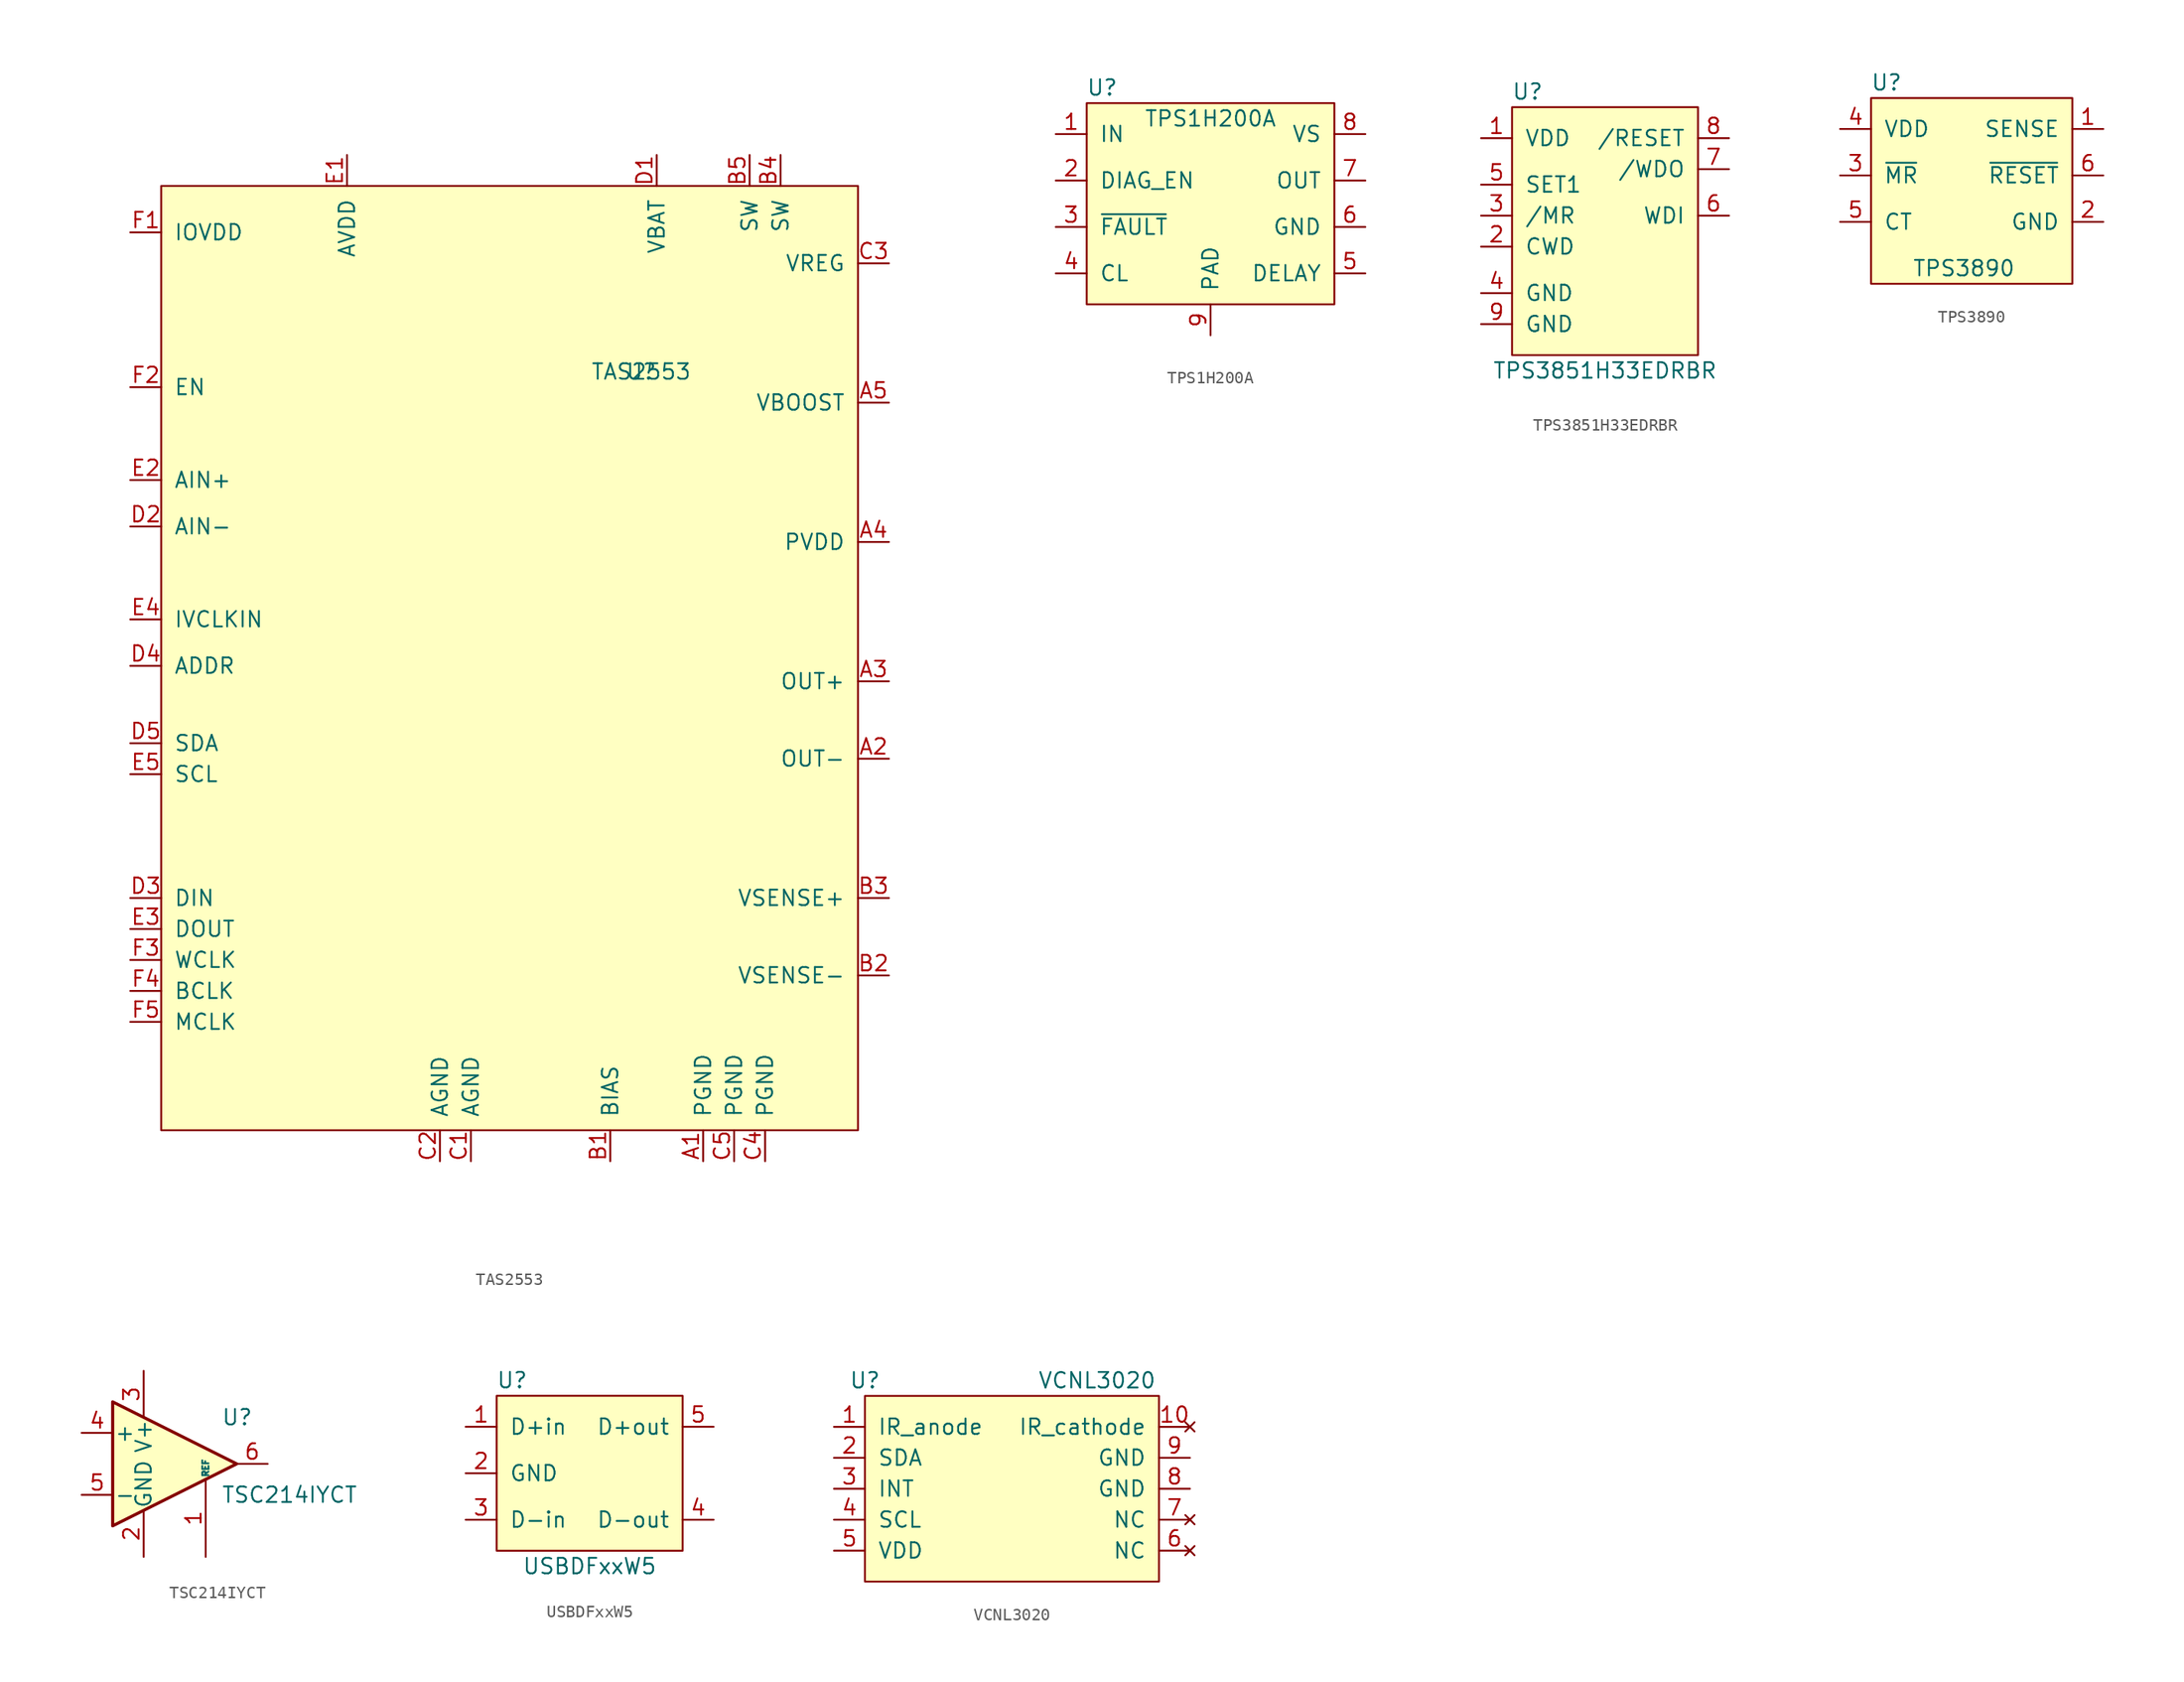
<source format=kicad_sym>
(kicad_symbol_lib
  (version 20211014)
  (generator kicad_symbol_editor)
  (symbol "TAS2553"
    (pin_names
      (offset 1.016))
    (property "Reference" "U"
      (at 2.54 25.4 0)
      (effects (font (size 1.27 1.27))))
    (property "Value" "TAS2553"
      (at 2.54 25.4 0)
      (effects (font (size 1.27 1.27))))
    (symbol "TAS2553_0_1"
      (rectangle (start -36.83 40.64) (end 20.32 -36.83) (stroke (width 0) (type default) (color 0 0 0 0)) (fill (type background))))
    (symbol "TAS2553_1_1"
      (pin bidirectional line (at 7.62 -39.37 90) (length 2.54) (name "PGND" (effects (font (size 1.27 1.27)))) (number "A1" (effects (font (size 1.27 1.27)))))
      (pin bidirectional line (at 22.86 -6.35 180) (length 2.54) (name "OUT-" (effects (font (size 1.27 1.27)))) (number "A2" (effects (font (size 1.27 1.27)))))
      (pin bidirectional line (at 22.86 0 180) (length 2.54) (name "OUT+" (effects (font (size 1.27 1.27)))) (number "A3" (effects (font (size 1.27 1.27)))))
      (pin bidirectional line (at 22.86 11.43 180) (length 2.54) (name "PVDD" (effects (font (size 1.27 1.27)))) (number "A4" (effects (font (size 1.27 1.27)))))
      (pin bidirectional line (at 22.86 22.86 180) (length 2.54) (name "VBOOST" (effects (font (size 1.27 1.27)))) (number "A5" (effects (font (size 1.27 1.27)))))
      (pin bidirectional line (at 0 -39.37 90) (length 2.54) (name "BIAS" (effects (font (size 1.27 1.27)))) (number "B1" (effects (font (size 1.27 1.27)))))
      (pin bidirectional line (at 22.86 -24.13 180) (length 2.54) (name "VSENSE-" (effects (font (size 1.27 1.27)))) (number "B2" (effects (font (size 1.27 1.27)))))
      (pin bidirectional line (at 22.86 -17.78 180) (length 2.54) (name "VSENSE+" (effects (font (size 1.27 1.27)))) (number "B3" (effects (font (size 1.27 1.27)))))
      (pin bidirectional line (at 13.97 43.18 270) (length 2.54) (name "SW" (effects (font (size 1.27 1.27)))) (number "B4" (effects (font (size 1.27 1.27)))))
      (pin bidirectional line (at 11.43 43.18 270) (length 2.54) (name "SW" (effects (font (size 1.27 1.27)))) (number "B5" (effects (font (size 1.27 1.27)))))
      (pin bidirectional line (at -11.43 -39.37 90) (length 2.54) (name "AGND" (effects (font (size 1.27 1.27)))) (number "C1" (effects (font (size 1.27 1.27)))))
      (pin bidirectional line (at -13.97 -39.37 90) (length 2.54) (name "AGND" (effects (font (size 1.27 1.27)))) (number "C2" (effects (font (size 1.27 1.27)))))
      (pin bidirectional line (at 22.86 34.29 180) (length 2.54) (name "VREG" (effects (font (size 1.27 1.27)))) (number "C3" (effects (font (size 1.27 1.27)))))
      (pin bidirectional line (at 12.7 -39.37 90) (length 2.54) (name "PGND" (effects (font (size 1.27 1.27)))) (number "C4" (effects (font (size 1.27 1.27)))))
      (pin bidirectional line (at 10.16 -39.37 90) (length 2.54) (name "PGND" (effects (font (size 1.27 1.27)))) (number "C5" (effects (font (size 1.27 1.27)))))
      (pin bidirectional line (at 3.81 43.18 270) (length 2.54) (name "VBAT" (effects (font (size 1.27 1.27)))) (number "D1" (effects (font (size 1.27 1.27)))))
      (pin bidirectional line (at -39.37 12.7 0) (length 2.54) (name "AIN-" (effects (font (size 1.27 1.27)))) (number "D2" (effects (font (size 1.27 1.27)))))
      (pin bidirectional line (at -39.37 -17.78 0) (length 2.54) (name "DIN" (effects (font (size 1.27 1.27)))) (number "D3" (effects (font (size 1.27 1.27)))))
      (pin bidirectional line (at -39.37 1.27 0) (length 2.54) (name "ADDR" (effects (font (size 1.27 1.27)))) (number "D4" (effects (font (size 1.27 1.27)))))
      (pin bidirectional line (at -39.37 -5.08 0) (length 2.54) (name "SDA" (effects (font (size 1.27 1.27)))) (number "D5" (effects (font (size 1.27 1.27)))))
      (pin bidirectional line (at -21.59 43.18 270) (length 2.54) (name "AVDD" (effects (font (size 1.27 1.27)))) (number "E1" (effects (font (size 1.27 1.27)))))
      (pin bidirectional line (at -39.37 16.51 0) (length 2.54) (name "AIN+" (effects (font (size 1.27 1.27)))) (number "E2" (effects (font (size 1.27 1.27)))))
      (pin bidirectional line (at -39.37 -20.32 0) (length 2.54) (name "DOUT" (effects (font (size 1.27 1.27)))) (number "E3" (effects (font (size 1.27 1.27)))))
      (pin bidirectional line (at -39.37 5.08 0) (length 2.54) (name "IVCLKIN" (effects (font (size 1.27 1.27)))) (number "E4" (effects (font (size 1.27 1.27)))))
      (pin bidirectional line (at -39.37 -7.62 0) (length 2.54) (name "SCL" (effects (font (size 1.27 1.27)))) (number "E5" (effects (font (size 1.27 1.27)))))
      (pin bidirectional line (at -39.37 36.83 0) (length 2.54) (name "IOVDD" (effects (font (size 1.27 1.27)))) (number "F1" (effects (font (size 1.27 1.27)))))
      (pin bidirectional line (at -39.37 24.13 0) (length 2.54) (name "EN" (effects (font (size 1.27 1.27)))) (number "F2" (effects (font (size 1.27 1.27)))))
      (pin bidirectional line (at -39.37 -22.86 0) (length 2.54) (name "WCLK" (effects (font (size 1.27 1.27)))) (number "F3" (effects (font (size 1.27 1.27)))))
      (pin bidirectional line (at -39.37 -25.4 0) (length 2.54) (name "BCLK" (effects (font (size 1.27 1.27)))) (number "F4" (effects (font (size 1.27 1.27)))))
      (pin bidirectional line (at -39.37 -27.94 0) (length 2.54) (name "MCLK" (effects (font (size 1.27 1.27)))) (number "F5" (effects (font (size 1.27 1.27)))))))
  (symbol "TPS1H200A"
    (pin_names
      (offset 1.016))
    (property "Reference" "U"
      (at -8.89 8.89 0)
      (effects (font (size 1.27 1.27))))
    (property "Value" "TPS1H200A"
      (at 0 6.35 0)
      (effects (font (size 1.27 1.27))))
    (symbol "TPS1H200A_0_1"
      (rectangle (start -10.16 7.62) (end 10.16 -8.89) (stroke (width 0) (type default) (color 0 0 0 0)) (fill (type background))))
    (symbol "TPS1H200A_1_1"
      (pin input line (at -12.7 5.08 0) (length 2.54) (name "IN" (effects (font (size 1.27 1.27)))) (number "1" (effects (font (size 1.27 1.27)))))
      (pin input line (at -12.7 1.27 0) (length 2.54) (name "DIAG_EN" (effects (font (size 1.27 1.27)))) (number "2" (effects (font (size 1.27 1.27)))))
      (pin output line (at -12.7 -2.54 0) (length 2.54) (name "~{FAULT}" (effects (font (size 1.27 1.27)))) (number "3" (effects (font (size 1.27 1.27)))))
      (pin input line (at -12.7 -6.35 0) (length 2.54) (name "CL" (effects (font (size 1.27 1.27)))) (number "4" (effects (font (size 1.27 1.27)))))
      (pin input line (at 12.7 -6.35 180) (length 2.54) (name "DELAY" (effects (font (size 1.27 1.27)))) (number "5" (effects (font (size 1.27 1.27)))))
      (pin power_in line (at 12.7 -2.54 180) (length 2.54) (name "GND" (effects (font (size 1.27 1.27)))) (number "6" (effects (font (size 1.27 1.27)))))
      (pin power_out line (at 12.7 1.27 180) (length 2.54) (name "OUT" (effects (font (size 1.27 1.27)))) (number "7" (effects (font (size 1.27 1.27)))))
      (pin power_in line (at 12.7 5.08 180) (length 2.54) (name "VS" (effects (font (size 1.27 1.27)))) (number "8" (effects (font (size 1.27 1.27)))))
      (pin input line (at 0 -11.43 90) (length 2.54) (name "PAD" (effects (font (size 1.27 1.27)))) (number "9" (effects (font (size 1.27 1.27)))))))
  (symbol "TPS3851H33EDRBR"
    (pin_names
      (offset 1.016))
    (property "Reference" "U"
      (at -6.35 11.43 0)
      (effects (font (size 1.27 1.27))))
    (property "Value" "TPS3851H33EDRBR"
      (at 0 -11.43 0)
      (effects (font (size 1.27 1.27))))
    (symbol "TPS3851H33EDRBR_0_1"
      (rectangle (start -7.62 10.16) (end 7.62 -10.16) (stroke (width 0) (type default) (color 0 0 0 0)) (fill (type background))))
    (symbol "TPS3851H33EDRBR_1_1"
      (pin bidirectional line (at -10.16 7.62 0) (length 2.54) (name "VDD" (effects (font (size 1.27 1.27)))) (number "1" (effects (font (size 1.27 1.27)))))
      (pin bidirectional line (at -10.16 -1.27 0) (length 2.54) (name "CWD" (effects (font (size 1.27 1.27)))) (number "2" (effects (font (size 1.27 1.27)))))
      (pin bidirectional line (at -10.16 1.27 0) (length 2.54) (name "/MR" (effects (font (size 1.27 1.27)))) (number "3" (effects (font (size 1.27 1.27)))))
      (pin bidirectional line (at -10.16 -5.08 0) (length 2.54) (name "GND" (effects (font (size 1.27 1.27)))) (number "4" (effects (font (size 1.27 1.27)))))
      (pin bidirectional line (at -10.16 3.81 0) (length 2.54) (name "SET1" (effects (font (size 1.27 1.27)))) (number "5" (effects (font (size 1.27 1.27)))))
      (pin bidirectional line (at 10.16 1.27 180) (length 2.54) (name "WDI" (effects (font (size 1.27 1.27)))) (number "6" (effects (font (size 1.27 1.27)))))
      (pin bidirectional line (at 10.16 5.08 180) (length 2.54) (name "/WDO" (effects (font (size 1.27 1.27)))) (number "7" (effects (font (size 1.27 1.27)))))
      (pin bidirectional line (at 10.16 7.62 180) (length 2.54) (name "/RESET" (effects (font (size 1.27 1.27)))) (number "8" (effects (font (size 1.27 1.27)))))
      (pin bidirectional line (at -10.16 -7.62 0) (length 2.54) (name "GND" (effects (font (size 1.27 1.27)))) (number "9" (effects (font (size 1.27 1.27)))))))
  (symbol "TPS3890"
    (pin_names
      (offset 1.016))
    (property "Reference" "U"
      (at -6.35 7.62 0)
      (effects (font (size 1.27 1.27))))
    (property "Value" "TPS3890"
      (at 0 -7.62 0)
      (effects (font (size 1.27 1.27))))
    (symbol "TPS3890_0_1"
      (rectangle (start -7.62 6.35) (end 8.89 -8.89) (stroke (width 0) (type default) (color 0 0 0 0)) (fill (type background))))
    (symbol "TPS3890_1_1"
      (pin input line (at 11.43 3.81 180) (length 2.54) (name "SENSE" (effects (font (size 1.27 1.27)))) (number "1" (effects (font (size 1.27 1.27)))))
      (pin power_in line (at 11.43 -3.81 180) (length 2.54) (name "GND" (effects (font (size 1.27 1.27)))) (number "2" (effects (font (size 1.27 1.27)))))
      (pin power_in line (at -10.16 0 0) (length 2.54) (name "~{MR}" (effects (font (size 1.27 1.27)))) (number "3" (effects (font (size 1.27 1.27)))))
      (pin power_in line (at -10.16 3.81 0) (length 2.54) (name "VDD" (effects (font (size 1.27 1.27)))) (number "4" (effects (font (size 1.27 1.27)))))
      (pin power_in line (at -10.16 -3.81 0) (length 2.54) (name "CT" (effects (font (size 1.27 1.27)))) (number "5" (effects (font (size 1.27 1.27)))))
      (pin power_in line (at 11.43 0 180) (length 2.54) (name "~{RESET}" (effects (font (size 1.27 1.27)))) (number "6" (effects (font (size 1.27 1.27)))))))
  (symbol "TSC214IYCT"
    (pin_names
      (offset 0.127))
    (property "Reference" "U"
      (at 3.81 3.81 0)
      (effects (font (size 1.27 1.27)) (justify left)))
    (property "Value" "TSC214IYCT"
      (at 3.81 -2.54 0)
      (effects (font (size 1.27 1.27)) (justify left)))
    (symbol "TSC214IYCT_0_1"
      (polyline (pts (xy 5.08 0) (xy -5.08 5.08) (xy -5.08 -5.08) (xy 5.08 0)) (stroke (width 0.254) (type default) (color 0 0 0 0)) (fill (type background))))
    (symbol "TSC214IYCT_1_1"
      (pin input line (at 2.54 -7.62 90) (length 6.35) (name "REF" (effects (font (size 0.508 0.508)))) (number "1" (effects (font (size 1.27 1.27)))))
      (pin power_in line (at -2.54 -7.62 90) (length 3.81) (name "GND" (effects (font (size 1.27 1.27)))) (number "2" (effects (font (size 1.27 1.27)))))
      (pin power_in line (at -2.54 7.62 270) (length 3.81) (name "V+" (effects (font (size 1.27 1.27)))) (number "3" (effects (font (size 1.27 1.27)))))
      (pin input line (at -7.62 2.54 0) (length 2.54) (name "+" (effects (font (size 1.27 1.27)))) (number "4" (effects (font (size 1.27 1.27)))))
      (pin input line (at -7.62 -2.54 0) (length 2.54) (name "-" (effects (font (size 1.27 1.27)))) (number "5" (effects (font (size 1.27 1.27)))))
      (pin output line (at 7.62 0 180) (length 2.54) (name "~" (effects (font (size 1.27 1.27)))) (number "6" (effects (font (size 1.27 1.27)))))))
  (symbol "USBDFxxW5"
    (pin_names
      (offset 1.016))
    (property "Reference" "U"
      (at -6.35 7.62 0)
      (effects (font (size 1.27 1.27))))
    (property "Value" "USBDFxxW5"
      (at 0 -7.62 0)
      (effects (font (size 1.27 1.27))))
    (symbol "USBDFxxW5_0_1"
      (rectangle (start -7.62 6.35) (end 7.62 -6.35) (stroke (width 0) (type default) (color 0 0 0 0)) (fill (type background))))
    (symbol "USBDFxxW5_1_1"
      (pin bidirectional line (at -10.16 3.81 0) (length 2.54) (name "D+in" (effects (font (size 1.27 1.27)))) (number "1" (effects (font (size 1.27 1.27)))))
      (pin power_in line (at -10.16 0 0) (length 2.54) (name "GND" (effects (font (size 1.27 1.27)))) (number "2" (effects (font (size 1.27 1.27)))))
      (pin bidirectional line (at -10.16 -3.81 0) (length 2.54) (name "D-in" (effects (font (size 1.27 1.27)))) (number "3" (effects (font (size 1.27 1.27)))))
      (pin bidirectional line (at 10.16 -3.81 180) (length 2.54) (name "D-out" (effects (font (size 1.27 1.27)))) (number "4" (effects (font (size 1.27 1.27)))))
      (pin bidirectional line (at 10.16 3.81 180) (length 2.54) (name "D+out" (effects (font (size 1.27 1.27)))) (number "5" (effects (font (size 1.27 1.27)))))))
  (symbol "VCNL3020"
    (pin_names
      (offset 1.016))
    (property "Reference" "U"
      (at -11.43 6.35 0)
      (effects (font (size 1.27 1.27))))
    (property "Value" "VCNL3020"
      (at 7.62 6.35 0)
      (effects (font (size 1.27 1.27))))
    (symbol "VCNL3020_0_1"
      (rectangle (start -11.43 5.08) (end 12.7 -10.16) (stroke (width 0) (type default) (color 0 0 0 0)) (fill (type background))))
    (symbol "VCNL3020_1_1"
      (pin bidirectional line (at -13.97 2.54 0) (length 2.54) (name "IR_anode" (effects (font (size 1.27 1.27)))) (number "1" (effects (font (size 1.27 1.27)))))
      (pin no_connect line (at 15.24 2.54 180) (length 2.54) (name "IR_cathode" (effects (font (size 1.27 1.27)))) (number "10" (effects (font (size 1.27 1.27)))))
      (pin bidirectional line (at -13.97 0 0) (length 2.54) (name "SDA" (effects (font (size 1.27 1.27)))) (number "2" (effects (font (size 1.27 1.27)))))
      (pin bidirectional line (at -13.97 -2.54 0) (length 2.54) (name "INT" (effects (font (size 1.27 1.27)))) (number "3" (effects (font (size 1.27 1.27)))))
      (pin bidirectional line (at -13.97 -5.08 0) (length 2.54) (name "SCL" (effects (font (size 1.27 1.27)))) (number "4" (effects (font (size 1.27 1.27)))))
      (pin bidirectional line (at -13.97 -7.62 0) (length 2.54) (name "VDD" (effects (font (size 1.27 1.27)))) (number "5" (effects (font (size 1.27 1.27)))))
      (pin no_connect line (at 15.24 -7.62 180) (length 2.54) (name "NC" (effects (font (size 1.27 1.27)))) (number "6" (effects (font (size 1.27 1.27)))))
      (pin no_connect line (at 15.24 -5.08 180) (length 2.54) (name "NC" (effects (font (size 1.27 1.27)))) (number "7" (effects (font (size 1.27 1.27)))))
      (pin bidirectional line (at 15.24 -2.54 180) (length 2.54) (name "GND" (effects (font (size 1.27 1.27)))) (number "8" (effects (font (size 1.27 1.27)))))
      (pin bidirectional line (at 15.24 0 180) (length 2.54) (name "GND" (effects (font (size 1.27 1.27)))) (number "9" (effects (font (size 1.27 1.27))))))))
</source>
